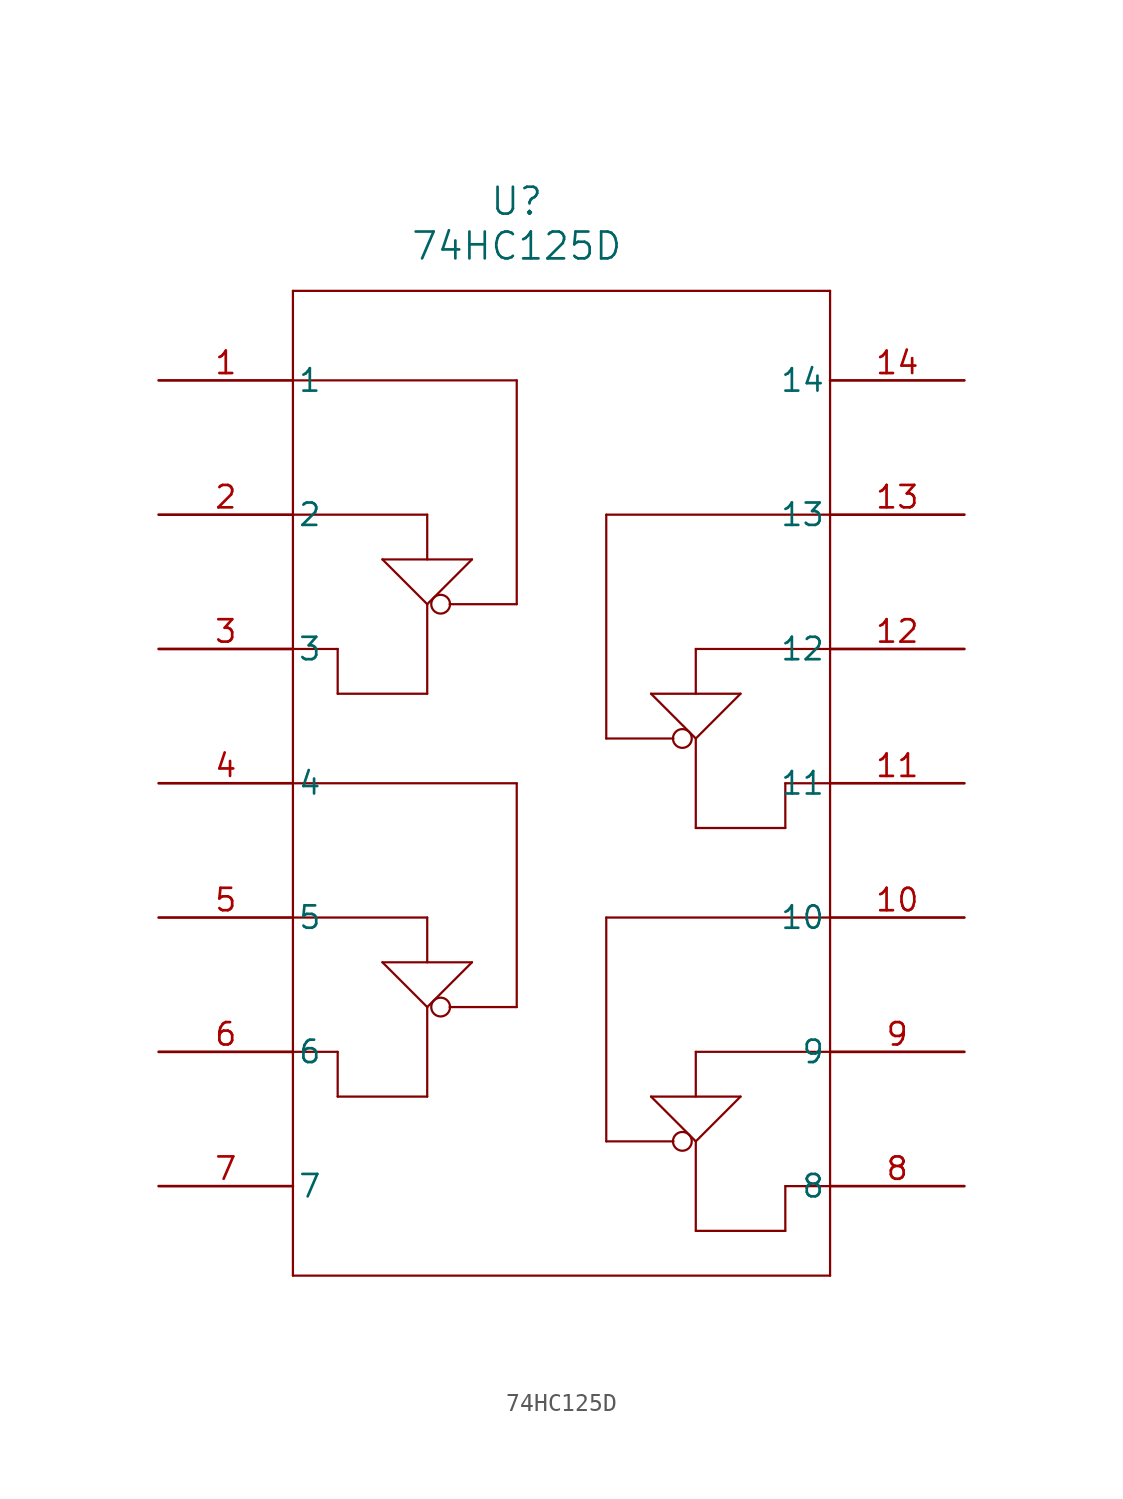
<source format=kicad_sym>
(kicad_symbol_lib
  (version 20211014)
  (generator kicad_symbol_editor)
  (symbol "74HC125D"
    (pin_names
      (offset 0.254))
    (property "Reference" "U"
      (at 20.32 10.16 0)
      (effects (font (size 1.524 1.524))))
    (property "Value" "74HC125D"
      (at 20.32 7.62 0)
      (effects (font (size 1.524 1.524))))
    (symbol "74HC125D_0_1"
      (polyline (pts (xy 7.62 5.08) (xy 7.62 -50.8)) (stroke (width 0.127) (type default) (color 0 0 0 0)) (fill (type none)))
      (polyline (pts (xy 7.62 -50.8) (xy 38.1 -50.8)) (stroke (width 0.127) (type default) (color 0 0 0 0)) (fill (type none)))
      (polyline (pts (xy 38.1 -50.8) (xy 38.1 5.08)) (stroke (width 0.127) (type default) (color 0 0 0 0)) (fill (type none)))
      (polyline (pts (xy 38.1 5.08) (xy 7.62 5.08)) (stroke (width 0.127) (type default) (color 0 0 0 0)) (fill (type none)))
      (polyline (pts (xy 7.62 0) (xy 20.32 0)) (stroke (width 0.127) (type default) (color 0 0 0 0)) (fill (type none)))
      (polyline (pts (xy 20.32 0) (xy 20.32 -12.7)) (stroke (width 0.127) (type default) (color 0 0 0 0)) (fill (type none)))
      (polyline (pts (xy 20.32 -12.7) (xy 16.51 -12.7)) (stroke (width 0.127) (type default) (color 0 0 0 0)) (fill (type none)))
      (polyline (pts (xy 15.24 -12.7) (xy 17.78 -10.16)) (stroke (width 0.127) (type default) (color 0 0 0 0)) (fill (type none)))
      (polyline (pts (xy 15.24 -12.7) (xy 12.7 -10.16)) (stroke (width 0.127) (type default) (color 0 0 0 0)) (fill (type none)))
      (polyline (pts (xy 12.7 -10.16) (xy 17.78 -10.16)) (stroke (width 0.127) (type default) (color 0 0 0 0)) (fill (type none)))
      (polyline (pts (xy 15.24 -10.16) (xy 15.24 -7.62)) (stroke (width 0.127) (type default) (color 0 0 0 0)) (fill (type none)))
      (polyline (pts (xy 15.24 -7.62) (xy 7.62 -7.62)) (stroke (width 0.127) (type default) (color 0 0 0 0)) (fill (type none)))
      (polyline (pts (xy 15.24 -12.7) (xy 15.24 -17.78)) (stroke (width 0.127) (type default) (color 0 0 0 0)) (fill (type none)))
      (polyline (pts (xy 15.24 -17.78) (xy 10.16 -17.78)) (stroke (width 0.127) (type default) (color 0 0 0 0)) (fill (type none)))
      (polyline (pts (xy 10.16 -17.78) (xy 10.16 -15.24)) (stroke (width 0.127) (type default) (color 0 0 0 0)) (fill (type none)))
      (polyline (pts (xy 10.16 -15.24) (xy 7.62 -15.24)) (stroke (width 0.127) (type default) (color 0 0 0 0)) (fill (type none)))
      (polyline (pts (xy 7.62 -22.86) (xy 20.32 -22.86)) (stroke (width 0.127) (type default) (color 0 0 0 0)) (fill (type none)))
      (polyline (pts (xy 20.32 -22.86) (xy 20.32 -35.56)) (stroke (width 0.127) (type default) (color 0 0 0 0)) (fill (type none)))
      (polyline (pts (xy 20.32 -35.56) (xy 16.51 -35.56)) (stroke (width 0.127) (type default) (color 0 0 0 0)) (fill (type none)))
      (polyline (pts (xy 15.24 -35.56) (xy 17.78 -33.02)) (stroke (width 0.127) (type default) (color 0 0 0 0)) (fill (type none)))
      (polyline (pts (xy 15.24 -35.56) (xy 12.7 -33.02)) (stroke (width 0.127) (type default) (color 0 0 0 0)) (fill (type none)))
      (polyline (pts (xy 12.7 -33.02) (xy 17.78 -33.02)) (stroke (width 0.127) (type default) (color 0 0 0 0)) (fill (type none)))
      (polyline (pts (xy 15.24 -33.02) (xy 15.24 -30.48)) (stroke (width 0.127) (type default) (color 0 0 0 0)) (fill (type none)))
      (polyline (pts (xy 15.24 -30.48) (xy 7.62 -30.48)) (stroke (width 0.127) (type default) (color 0 0 0 0)) (fill (type none)))
      (polyline (pts (xy 15.24 -35.56) (xy 15.24 -40.64)) (stroke (width 0.127) (type default) (color 0 0 0 0)) (fill (type none)))
      (polyline (pts (xy 15.24 -40.64) (xy 10.16 -40.64)) (stroke (width 0.127) (type default) (color 0 0 0 0)) (fill (type none)))
      (polyline (pts (xy 10.16 -40.64) (xy 10.16 -38.1)) (stroke (width 0.127) (type default) (color 0 0 0 0)) (fill (type none)))
      (polyline (pts (xy 10.16 -38.1) (xy 7.62 -38.1)) (stroke (width 0.127) (type default) (color 0 0 0 0)) (fill (type none)))
      (polyline (pts (xy 38.1 -30.48) (xy 25.4 -30.48)) (stroke (width 0.127) (type default) (color 0 0 0 0)) (fill (type none)))
      (polyline (pts (xy 25.4 -30.48) (xy 25.4 -43.18)) (stroke (width 0.127) (type default) (color 0 0 0 0)) (fill (type none)))
      (polyline (pts (xy 25.4 -43.18) (xy 29.21 -43.18)) (stroke (width 0.127) (type default) (color 0 0 0 0)) (fill (type none)))
      (polyline (pts (xy 30.48 -43.18) (xy 27.94 -40.64)) (stroke (width 0.127) (type default) (color 0 0 0 0)) (fill (type none)))
      (polyline (pts (xy 30.48 -43.18) (xy 33.02 -40.64)) (stroke (width 0.127) (type default) (color 0 0 0 0)) (fill (type none)))
      (polyline (pts (xy 33.02 -40.64) (xy 27.94 -40.64)) (stroke (width 0.127) (type default) (color 0 0 0 0)) (fill (type none)))
      (polyline (pts (xy 30.48 -40.64) (xy 30.48 -38.1)) (stroke (width 0.127) (type default) (color 0 0 0 0)) (fill (type none)))
      (polyline (pts (xy 30.48 -38.1) (xy 38.1 -38.1)) (stroke (width 0.127) (type default) (color 0 0 0 0)) (fill (type none)))
      (polyline (pts (xy 30.48 -43.18) (xy 30.48 -48.26)) (stroke (width 0.127) (type default) (color 0 0 0 0)) (fill (type none)))
      (polyline (pts (xy 30.48 -48.26) (xy 35.56 -48.26)) (stroke (width 0.127) (type default) (color 0 0 0 0)) (fill (type none)))
      (polyline (pts (xy 35.56 -48.26) (xy 35.56 -45.72)) (stroke (width 0.127) (type default) (color 0 0 0 0)) (fill (type none)))
      (polyline (pts (xy 35.56 -45.72) (xy 38.1 -45.72)) (stroke (width 0.127) (type default) (color 0 0 0 0)) (fill (type none)))
      (circle (center 29.718 -43.18) (radius 0.533) (stroke (width 0.127) (type default) (color 0 0 0 0)) (fill (type none)))
      (polyline (pts (xy 38.1 -7.62) (xy 25.4 -7.62)) (stroke (width 0.127) (type default) (color 0 0 0 0)) (fill (type none)))
      (polyline (pts (xy 25.4 -7.62) (xy 25.4 -20.32)) (stroke (width 0.127) (type default) (color 0 0 0 0)) (fill (type none)))
      (polyline (pts (xy 25.4 -20.32) (xy 29.21 -20.32)) (stroke (width 0.127) (type default) (color 0 0 0 0)) (fill (type none)))
      (polyline (pts (xy 30.48 -20.32) (xy 27.94 -17.78)) (stroke (width 0.127) (type default) (color 0 0 0 0)) (fill (type none)))
      (polyline (pts (xy 30.48 -20.32) (xy 33.02 -17.78)) (stroke (width 0.127) (type default) (color 0 0 0 0)) (fill (type none)))
      (polyline (pts (xy 33.02 -17.78) (xy 27.94 -17.78)) (stroke (width 0.127) (type default) (color 0 0 0 0)) (fill (type none)))
      (polyline (pts (xy 30.48 -17.78) (xy 30.48 -15.24)) (stroke (width 0.127) (type default) (color 0 0 0 0)) (fill (type none)))
      (polyline (pts (xy 30.48 -15.24) (xy 38.1 -15.24)) (stroke (width 0.127) (type default) (color 0 0 0 0)) (fill (type none)))
      (polyline (pts (xy 30.48 -20.32) (xy 30.48 -25.4)) (stroke (width 0.127) (type default) (color 0 0 0 0)) (fill (type none)))
      (polyline (pts (xy 30.48 -25.4) (xy 35.56 -25.4)) (stroke (width 0.127) (type default) (color 0 0 0 0)) (fill (type none)))
      (polyline (pts (xy 35.56 -25.4) (xy 35.56 -22.86)) (stroke (width 0.127) (type default) (color 0 0 0 0)) (fill (type none)))
      (circle (center 16.002 -12.7) (radius 0.533) (stroke (width 0.127) (type default) (color 0 0 0 0)) (fill (type none)))
      (circle (center 16.002 -35.56) (radius 0.533) (stroke (width 0.127) (type default) (color 0 0 0 0)) (fill (type none)))
      (polyline (pts (xy 35.56 -22.86) (xy 38.1 -22.86)) (stroke (width 0.127) (type default) (color 0 0 0 0)) (fill (type none)))
      (circle (center 29.718 -20.32) (radius 0.533) (stroke (width 0.127) (type default) (color 0 0 0 0)) (fill (type none)))
      (pin input line (at 0 0 0) (length 7.62) (name "1" (effects (font (size 1.27 1.27)))) (number "1" (effects (font (size 1.27 1.27)))))
      (pin input line (at 0 -7.62 0) (length 7.62) (name "2" (effects (font (size 1.27 1.27)))) (number "2" (effects (font (size 1.27 1.27)))))
      (pin output line (at 0 -15.24 0) (length 7.62) (name "3" (effects (font (size 1.27 1.27)))) (number "3" (effects (font (size 1.27 1.27)))))
      (pin input line (at 0 -22.86 0) (length 7.62) (name "4" (effects (font (size 1.27 1.27)))) (number "4" (effects (font (size 1.27 1.27)))))
      (pin input line (at 0 -30.48 0) (length 7.62) (name "5" (effects (font (size 1.27 1.27)))) (number "5" (effects (font (size 1.27 1.27)))))
      (pin output line (at 0 -38.1 0) (length 7.62) (name "6" (effects (font (size 1.27 1.27)))) (number "6" (effects (font (size 1.27 1.27)))))
      (pin power_out line (at 0 -45.72 0) (length 7.62) (name "7" (effects (font (size 1.27 1.27)))) (number "7" (effects (font (size 1.27 1.27)))))
      (pin output line (at 45.72 -45.72 180) (length 7.62) (name "8" (effects (font (size 1.27 1.27)))) (number "8" (effects (font (size 1.27 1.27)))))
      (pin input line (at 45.72 -38.1 180) (length 7.62) (name "9" (effects (font (size 1.27 1.27)))) (number "9" (effects (font (size 1.27 1.27)))))
      (pin input line (at 45.72 -30.48 180) (length 7.62) (name "10" (effects (font (size 1.27 1.27)))) (number "10" (effects (font (size 1.27 1.27)))))
      (pin output line (at 45.72 -22.86 180) (length 7.62) (name "11" (effects (font (size 1.27 1.27)))) (number "11" (effects (font (size 1.27 1.27)))))
      (pin input line (at 45.72 -15.24 180) (length 7.62) (name "12" (effects (font (size 1.27 1.27)))) (number "12" (effects (font (size 1.27 1.27)))))
      (pin input line (at 45.72 -7.62 180) (length 7.62) (name "13" (effects (font (size 1.27 1.27)))) (number "13" (effects (font (size 1.27 1.27)))))
      (pin power_in line (at 45.72 0 180) (length 7.62) (name "14" (effects (font (size 1.27 1.27)))) (number "14" (effects (font (size 1.27 1.27))))))))
</source>
